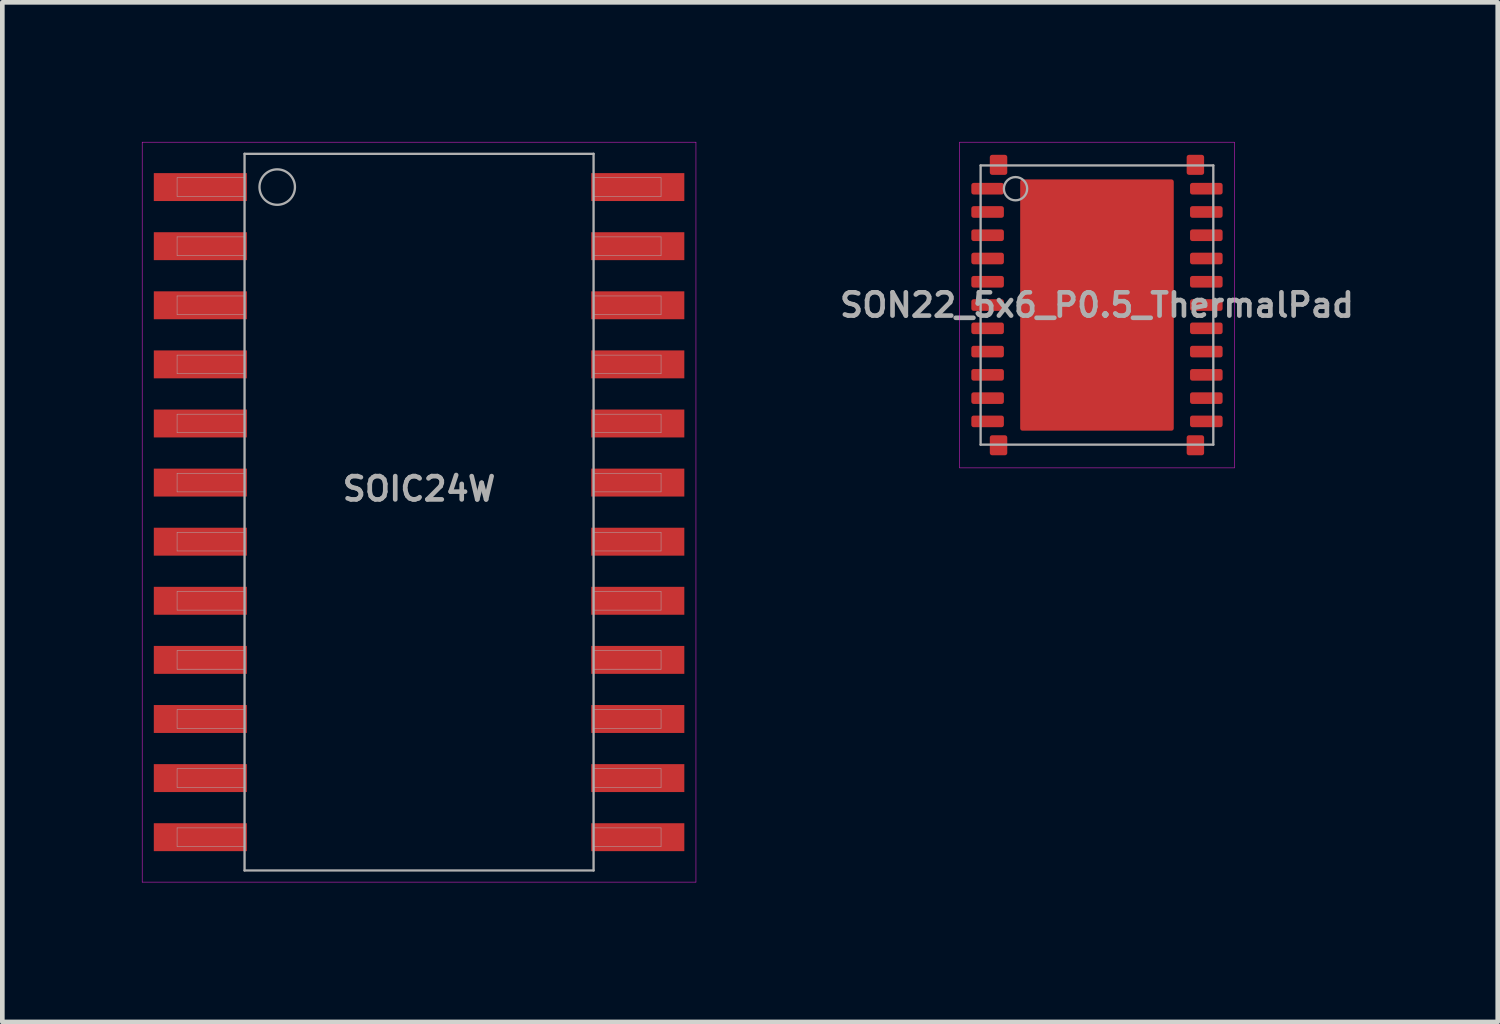
<source format=kicad_pcb>
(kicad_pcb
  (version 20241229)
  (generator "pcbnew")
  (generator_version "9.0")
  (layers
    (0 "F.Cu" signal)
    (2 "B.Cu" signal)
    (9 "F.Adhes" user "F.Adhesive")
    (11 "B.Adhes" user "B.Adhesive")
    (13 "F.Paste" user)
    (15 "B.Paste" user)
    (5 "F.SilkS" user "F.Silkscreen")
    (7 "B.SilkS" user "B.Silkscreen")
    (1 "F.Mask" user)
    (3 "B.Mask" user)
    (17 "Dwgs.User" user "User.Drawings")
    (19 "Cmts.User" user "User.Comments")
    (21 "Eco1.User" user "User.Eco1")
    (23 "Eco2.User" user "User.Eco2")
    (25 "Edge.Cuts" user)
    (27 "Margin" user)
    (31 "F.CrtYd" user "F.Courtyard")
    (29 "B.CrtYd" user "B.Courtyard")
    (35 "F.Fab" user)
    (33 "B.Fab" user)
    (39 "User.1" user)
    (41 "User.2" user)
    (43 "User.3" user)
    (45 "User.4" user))
  (footprint "SOIC24W"
    (layer "F.Cu")
    (at 5.955 7.955)
    (property "Reference" "SOIC24W" (at 0 -0.5 0) (layer "F.Fab") (effects (font (size 0.5 0.5) (thickness 0.1))))
    (attr smd)
    (fp_line (start -5.95 -7.95) (end -5.95 7.95) (stroke (width 0.01) (type solid)) (layer "F.CrtYd"))
    (fp_line (start -5.95 -7.95) (end 5.95 -7.95) (stroke (width 0.01) (type solid)) (layer "F.CrtYd"))
    (fp_line (start -5.95 7.95) (end 5.95 7.95) (stroke (width 0.01) (type solid)) (layer "F.CrtYd"))
    (fp_line (start 5.95 -7.95) (end 5.95 7.95) (stroke (width 0.01) (type solid)) (layer "F.CrtYd"))
    (fp_line (start -5.2 -7.185) (end -5.2 -6.785) (stroke (width 0.01) (type solid)) (layer "F.Fab"))
    (fp_line (start -5.2 -7.185) (end -3.75 -7.185) (stroke (width 0.01) (type solid)) (layer "F.Fab"))
    (fp_line (start -5.2 -6.785) (end -3.75 -6.785) (stroke (width 0.01) (type solid)) (layer "F.Fab"))
    (fp_line (start -5.2 -5.915) (end -5.2 -5.515) (stroke (width 0.01) (type solid)) (layer "F.Fab"))
    (fp_line (start -5.2 -5.915) (end -3.75 -5.915) (stroke (width 0.01) (type solid)) (layer "F.Fab"))
    (fp_line (start -5.2 -5.515) (end -3.75 -5.515) (stroke (width 0.01) (type solid)) (layer "F.Fab"))
    (fp_line (start -5.2 -4.645) (end -5.2 -4.245) (stroke (width 0.01) (type solid)) (layer "F.Fab"))
    (fp_line (start -5.2 -4.645) (end -3.75 -4.645) (stroke (width 0.01) (type solid)) (layer "F.Fab"))
    (fp_line (start -5.2 -4.245) (end -3.75 -4.245) (stroke (width 0.01) (type solid)) (layer "F.Fab"))
    (fp_line (start -5.2 -3.375) (end -5.2 -2.975) (stroke (width 0.01) (type solid)) (layer "F.Fab"))
    (fp_line (start -5.2 -3.375) (end -3.75 -3.375) (stroke (width 0.01) (type solid)) (layer "F.Fab"))
    (fp_line (start -5.2 -2.975) (end -3.75 -2.975) (stroke (width 0.01) (type solid)) (layer "F.Fab"))
    (fp_line (start -5.2 -2.105) (end -5.2 -1.705) (stroke (width 0.01) (type solid)) (layer "F.Fab"))
    (fp_line (start -5.2 -2.105) (end -3.75 -2.105) (stroke (width 0.01) (type solid)) (layer "F.Fab"))
    (fp_line (start -5.2 -1.705) (end -3.75 -1.705) (stroke (width 0.01) (type solid)) (layer "F.Fab"))
    (fp_line (start -5.2 -0.835) (end -5.2 -0.435) (stroke (width 0.01) (type solid)) (layer "F.Fab"))
    (fp_line (start -5.2 -0.835) (end -3.75 -0.835) (stroke (width 0.01) (type solid)) (layer "F.Fab"))
    (fp_line (start -5.2 -0.435) (end -3.75 -0.435) (stroke (width 0.01) (type solid)) (layer "F.Fab"))
    (fp_line (start -5.2 0.435) (end -5.2 0.835) (stroke (width 0.01) (type solid)) (layer "F.Fab"))
    (fp_line (start -5.2 0.435) (end -3.75 0.435) (stroke (width 0.01) (type solid)) (layer "F.Fab"))
    (fp_line (start -5.2 0.835) (end -3.75 0.835) (stroke (width 0.01) (type solid)) (layer "F.Fab"))
    (fp_line (start -5.2 1.705) (end -5.2 2.105) (stroke (width 0.01) (type solid)) (layer "F.Fab"))
    (fp_line (start -5.2 1.705) (end -3.75 1.705) (stroke (width 0.01) (type solid)) (layer "F.Fab"))
    (fp_line (start -5.2 2.105) (end -3.75 2.105) (stroke (width 0.01) (type solid)) (layer "F.Fab"))
    (fp_line (start -5.2 2.975) (end -5.2 3.375) (stroke (width 0.01) (type solid)) (layer "F.Fab"))
    (fp_line (start -5.2 2.975) (end -3.75 2.975) (stroke (width 0.01) (type solid)) (layer "F.Fab"))
    (fp_line (start -5.2 3.375) (end -3.75 3.375) (stroke (width 0.01) (type solid)) (layer "F.Fab"))
    (fp_line (start -5.2 4.245) (end -5.2 4.645) (stroke (width 0.01) (type solid)) (layer "F.Fab"))
    (fp_line (start -5.2 4.245) (end -3.75 4.245) (stroke (width 0.01) (type solid)) (layer "F.Fab"))
    (fp_line (start -5.2 4.645) (end -3.75 4.645) (stroke (width 0.01) (type solid)) (layer "F.Fab"))
    (fp_line (start -5.2 5.515) (end -5.2 5.915) (stroke (width 0.01) (type solid)) (layer "F.Fab"))
    (fp_line (start -5.2 5.515) (end -3.75 5.515) (stroke (width 0.01) (type solid)) (layer "F.Fab"))
    (fp_line (start -5.2 5.915) (end -3.75 5.915) (stroke (width 0.01) (type solid)) (layer "F.Fab"))
    (fp_line (start -5.2 6.785) (end -5.2 7.185) (stroke (width 0.01) (type solid)) (layer "F.Fab"))
    (fp_line (start -5.2 6.785) (end -3.75 6.785) (stroke (width 0.01) (type solid)) (layer "F.Fab"))
    (fp_line (start -5.2 7.185) (end -3.75 7.185) (stroke (width 0.01) (type solid)) (layer "F.Fab"))
    (fp_line (start -3.75 -7.7) (end 3.75 -7.7) (stroke (width 0.05) (type solid)) (layer "F.Fab"))
    (fp_line (start -3.75 7.7) (end -3.75 -7.7) (stroke (width 0.05) (type solid)) (layer "F.Fab"))
    (fp_line (start 3.75 -7.7) (end 3.75 7.7) (stroke (width 0.05) (type solid)) (layer "F.Fab"))
    (fp_line (start 3.75 7.7) (end -3.75 7.7) (stroke (width 0.05) (type solid)) (layer "F.Fab"))
    (fp_line (start 5.2 -7.185) (end 3.75 -7.185) (stroke (width 0.01) (type solid)) (layer "F.Fab"))
    (fp_line (start 5.2 -6.785) (end 3.75 -6.785) (stroke (width 0.01) (type solid)) (layer "F.Fab"))
    (fp_line (start 5.2 -6.785) (end 5.2 -7.185) (stroke (width 0.01) (type solid)) (layer "F.Fab"))
    (fp_line (start 5.2 -5.915) (end 3.75 -5.915) (stroke (width 0.01) (type solid)) (layer "F.Fab"))
    (fp_line (start 5.2 -5.515) (end 3.75 -5.515) (stroke (width 0.01) (type solid)) (layer "F.Fab"))
    (fp_line (start 5.2 -5.515) (end 5.2 -5.915) (stroke (width 0.01) (type solid)) (layer "F.Fab"))
    (fp_line (start 5.2 -4.645) (end 3.75 -4.645) (stroke (width 0.01) (type solid)) (layer "F.Fab"))
    (fp_line (start 5.2 -4.245) (end 3.75 -4.245) (stroke (width 0.01) (type solid)) (layer "F.Fab"))
    (fp_line (start 5.2 -4.245) (end 5.2 -4.645) (stroke (width 0.01) (type solid)) (layer "F.Fab"))
    (fp_line (start 5.2 -3.375) (end 3.75 -3.375) (stroke (width 0.01) (type solid)) (layer "F.Fab"))
    (fp_line (start 5.2 -2.975) (end 3.75 -2.975) (stroke (width 0.01) (type solid)) (layer "F.Fab"))
    (fp_line (start 5.2 -2.975) (end 5.2 -3.375) (stroke (width 0.01) (type solid)) (layer "F.Fab"))
    (fp_line (start 5.2 -2.105) (end 3.75 -2.105) (stroke (width 0.01) (type solid)) (layer "F.Fab"))
    (fp_line (start 5.2 -1.705) (end 3.75 -1.705) (stroke (width 0.01) (type solid)) (layer "F.Fab"))
    (fp_line (start 5.2 -1.705) (end 5.2 -2.105) (stroke (width 0.01) (type solid)) (layer "F.Fab"))
    (fp_line (start 5.2 -0.835) (end 3.75 -0.835) (stroke (width 0.01) (type solid)) (layer "F.Fab"))
    (fp_line (start 5.2 -0.435) (end 3.75 -0.435) (stroke (width 0.01) (type solid)) (layer "F.Fab"))
    (fp_line (start 5.2 -0.435) (end 5.2 -0.835) (stroke (width 0.01) (type solid)) (layer "F.Fab"))
    (fp_line (start 5.2 0.435) (end 3.75 0.435) (stroke (width 0.01) (type solid)) (layer "F.Fab"))
    (fp_line (start 5.2 0.835) (end 3.75 0.835) (stroke (width 0.01) (type solid)) (layer "F.Fab"))
    (fp_line (start 5.2 0.835) (end 5.2 0.435) (stroke (width 0.01) (type solid)) (layer "F.Fab"))
    (fp_line (start 5.2 1.705) (end 3.75 1.705) (stroke (width 0.01) (type solid)) (layer "F.Fab"))
    (fp_line (start 5.2 2.105) (end 3.75 2.105) (stroke (width 0.01) (type solid)) (layer "F.Fab"))
    (fp_line (start 5.2 2.105) (end 5.2 1.705) (stroke (width 0.01) (type solid)) (layer "F.Fab"))
    (fp_line (start 5.2 2.975) (end 3.75 2.975) (stroke (width 0.01) (type solid)) (layer "F.Fab"))
    (fp_line (start 5.2 3.375) (end 3.75 3.375) (stroke (width 0.01) (type solid)) (layer "F.Fab"))
    (fp_line (start 5.2 3.375) (end 5.2 2.975) (stroke (width 0.01) (type solid)) (layer "F.Fab"))
    (fp_line (start 5.2 4.245) (end 3.75 4.245) (stroke (width 0.01) (type solid)) (layer "F.Fab"))
    (fp_line (start 5.2 4.645) (end 3.75 4.645) (stroke (width 0.01) (type solid)) (layer "F.Fab"))
    (fp_line (start 5.2 4.645) (end 5.2 4.245) (stroke (width 0.01) (type solid)) (layer "F.Fab"))
    (fp_line (start 5.2 5.515) (end 3.75 5.515) (stroke (width 0.01) (type solid)) (layer "F.Fab"))
    (fp_line (start 5.2 5.915) (end 3.75 5.915) (stroke (width 0.01) (type solid)) (layer "F.Fab"))
    (fp_line (start 5.2 5.915) (end 5.2 5.515) (stroke (width 0.01) (type solid)) (layer "F.Fab"))
    (fp_line (start 5.2 6.785) (end 3.75 6.785) (stroke (width 0.01) (type solid)) (layer "F.Fab"))
    (fp_line (start 5.2 7.185) (end 3.75 7.185) (stroke (width 0.01) (type solid)) (layer "F.Fab"))
    (fp_line (start 5.2 7.185) (end 5.2 6.785) (stroke (width 0.01) (type solid)) (layer "F.Fab"))
    (fp_circle (center -3.048 -6.985) (end -2.667 -6.985) (stroke (width 0.05) (type solid)) (fill no) (layer "F.Fab"))
    (pad "1" smd rect (at -4.7 -6.985) (size 2 0.6) (layers "F.Cu" "F.Mask" "F.Paste"))
    (pad "2" smd rect (at -4.7 -5.715) (size 2 0.6) (layers "F.Cu" "F.Mask" "F.Paste"))
    (pad "3" smd rect (at -4.7 -4.445) (size 2 0.6) (layers "F.Cu" "F.Mask" "F.Paste"))
    (pad "4" smd rect (at -4.7 -3.175) (size 2 0.6) (layers "F.Cu" "F.Mask" "F.Paste"))
    (pad "5" smd rect (at -4.7 -1.905) (size 2 0.6) (layers "F.Cu" "F.Mask" "F.Paste"))
    (pad "6" smd rect (at -4.7 -0.635) (size 2 0.6) (layers "F.Cu" "F.Mask" "F.Paste"))
    (pad "7" smd rect (at -4.7 0.635) (size 2 0.6) (layers "F.Cu" "F.Mask" "F.Paste"))
    (pad "8" smd rect (at -4.7 1.905) (size 2 0.6) (layers "F.Cu" "F.Mask" "F.Paste"))
    (pad "9" smd rect (at -4.7 3.175) (size 2 0.6) (layers "F.Cu" "F.Mask" "F.Paste"))
    (pad "10" smd rect (at -4.7 4.445) (size 2 0.6) (layers "F.Cu" "F.Mask" "F.Paste"))
    (pad "11" smd rect (at -4.7 5.715) (size 2 0.6) (layers "F.Cu" "F.Mask" "F.Paste"))
    (pad "12" smd rect (at -4.7 6.985) (size 2 0.6) (layers "F.Cu" "F.Mask" "F.Paste"))
    (pad "13" smd rect (at 4.7 6.985) (size 2 0.6) (layers "F.Cu" "F.Mask" "F.Paste"))
    (pad "14" smd rect (at 4.7 5.715) (size 2 0.6) (layers "F.Cu" "F.Mask" "F.Paste"))
    (pad "15" smd rect (at 4.7 4.445) (size 2 0.6) (layers "F.Cu" "F.Mask" "F.Paste"))
    (pad "16" smd rect (at 4.7 3.175) (size 2 0.6) (layers "F.Cu" "F.Mask" "F.Paste"))
    (pad "17" smd rect (at 4.7 1.905) (size 2 0.6) (layers "F.Cu" "F.Mask" "F.Paste"))
    (pad "18" smd rect (at 4.7 0.635) (size 2 0.6) (layers "F.Cu" "F.Mask" "F.Paste"))
    (pad "19" smd rect (at 4.7 -0.635) (size 2 0.6) (layers "F.Cu" "F.Mask" "F.Paste"))
    (pad "20" smd rect (at 4.7 -1.905) (size 2 0.6) (layers "F.Cu" "F.Mask" "F.Paste"))
    (pad "21" smd rect (at 4.7 -3.175) (size 2 0.6) (layers "F.Cu" "F.Mask" "F.Paste"))
    (pad "22" smd rect (at 4.7 -4.445) (size 2 0.6) (layers "F.Cu" "F.Mask" "F.Paste"))
    (pad "23" smd rect (at 4.7 -5.715) (size 2 0.6) (layers "F.Cu" "F.Mask" "F.Paste"))
    (pad "24" smd rect (at 4.7 -6.985) (size 2 0.6) (layers "F.Cu" "F.Mask" "F.Paste")))
  (footprint "SON22_5x6_P0.5_ThermalPad"
    (layer "F.Cu")
    (at 20.522 3.505)
    (property "Reference" "SON22_5x6_P0.5_ThermalPad" (at 0 0 0) (layer "F.Fab") (effects (font (size 0.5 0.5) (thickness 0.1))))
    (attr smd)
    (fp_line (start -2.95 -3.5) (end 2.95 -3.5) (stroke (width 0.01) (type solid)) (layer "F.CrtYd"))
    (fp_line (start -2.95 3.5) (end -2.95 -3.5) (stroke (width 0.01) (type solid)) (layer "F.CrtYd"))
    (fp_line (start 2.95 -3.5) (end 2.95 3.5) (stroke (width 0.01) (type solid)) (layer "F.CrtYd"))
    (fp_line (start 2.95 3.5) (end -2.95 3.5) (stroke (width 0.01) (type solid)) (layer "F.CrtYd"))
    (fp_line (start -2.5 -3) (end -2.5 3) (stroke (width 0.05) (type solid)) (layer "F.Fab"))
    (fp_line (start -2.5 3) (end 2.5 3) (stroke (width 0.05) (type solid)) (layer "F.Fab"))
    (fp_line (start 2.5 -3) (end -2.5 -3) (stroke (width 0.05) (type solid)) (layer "F.Fab"))
    (fp_line (start 2.5 3) (end 2.5 -3) (stroke (width 0.05) (type solid)) (layer "F.Fab"))
    (fp_circle (center -1.75 -2.5) (end -1.5 -2.5) (stroke (width 0.05) (type solid)) (fill no) (layer "F.Fab"))
    (pad "" smd roundrect (at -0.8 -1.95) (size 1.4 1.1) (layers "F.Paste") (roundrect_rratio 0.045))
    (pad "" smd roundrect (at -0.8 -0.65) (size 1.4 1.1) (layers "F.Paste") (roundrect_rratio 0.045))
    (pad "" smd roundrect (at -0.8 0.65) (size 1.4 1.1) (layers "F.Paste") (roundrect_rratio 0.045))
    (pad "" smd roundrect (at -0.8 1.95) (size 1.4 1.1) (layers "F.Paste") (roundrect_rratio 0.045))
    (pad "" smd roundrect (at 0.8 -1.95) (size 1.4 1.1) (layers "F.Paste") (roundrect_rratio 0.045))
    (pad "" smd roundrect (at 0.8 -0.65) (size 1.4 1.1) (layers "F.Paste") (roundrect_rratio 0.045))
    (pad "" smd roundrect (at 0.8 0.65) (size 1.4 1.1) (layers "F.Paste") (roundrect_rratio 0.045))
    (pad "" smd roundrect (at 0.8 1.95) (size 1.4 1.1) (layers "F.Paste") (roundrect_rratio 0.045))
    (pad "1" smd roundrect (at -2.35 -2.5 270) (size 0.25 0.7) (layers "F.Cu" "F.Mask" "F.Paste") (roundrect_rratio 0.2))
    (pad "2" smd roundrect (at -2.35 -2 270) (size 0.25 0.7) (layers "F.Cu" "F.Mask" "F.Paste") (roundrect_rratio 0.2))
    (pad "3" smd roundrect (at -2.35 -1.5 270) (size 0.25 0.7) (layers "F.Cu" "F.Mask" "F.Paste") (roundrect_rratio 0.2))
    (pad "4" smd roundrect (at -2.35 -1 270) (size 0.25 0.7) (layers "F.Cu" "F.Mask" "F.Paste") (roundrect_rratio 0.2))
    (pad "5" smd roundrect (at -2.35 -0.5 270) (size 0.25 0.7) (layers "F.Cu" "F.Mask" "F.Paste") (roundrect_rratio 0.2))
    (pad "6" smd roundrect (at -2.35 0 270) (size 0.25 0.7) (layers "F.Cu" "F.Mask" "F.Paste") (roundrect_rratio 0.2))
    (pad "7" smd roundrect (at -2.35 0.5 270) (size 0.25 0.7) (layers "F.Cu" "F.Mask" "F.Paste") (roundrect_rratio 0.2))
    (pad "8" smd roundrect (at -2.35 1 270) (size 0.25 0.7) (layers "F.Cu" "F.Mask" "F.Paste") (roundrect_rratio 0.2))
    (pad "9" smd roundrect (at -2.35 1.5 270) (size 0.25 0.7) (layers "F.Cu" "F.Mask" "F.Paste") (roundrect_rratio 0.2))
    (pad "10" smd roundrect (at -2.35 2 270) (size 0.25 0.7) (layers "F.Cu" "F.Mask" "F.Paste") (roundrect_rratio 0.2))
    (pad "11" smd roundrect (at -2.35 2.5 270) (size 0.25 0.7) (layers "F.Cu" "F.Mask" "F.Paste") (roundrect_rratio 0.2))
    (pad "12" smd roundrect (at 2.35 2.5 270) (size 0.25 0.7) (layers "F.Cu" "F.Mask" "F.Paste") (roundrect_rratio 0.2))
    (pad "13" smd roundrect (at 2.35 2 270) (size 0.25 0.7) (layers "F.Cu" "F.Mask" "F.Paste") (roundrect_rratio 0.2))
    (pad "14" smd roundrect (at 2.35 1.5 270) (size 0.25 0.7) (layers "F.Cu" "F.Mask" "F.Paste") (roundrect_rratio 0.2))
    (pad "15" smd roundrect (at 2.35 1 270) (size 0.25 0.7) (layers "F.Cu" "F.Mask" "F.Paste") (roundrect_rratio 0.2))
    (pad "16" smd roundrect (at 2.35 0.5 270) (size 0.25 0.7) (layers "F.Cu" "F.Mask" "F.Paste") (roundrect_rratio 0.2))
    (pad "17" smd roundrect (at 2.35 0 270) (size 0.25 0.7) (layers "F.Cu" "F.Mask" "F.Paste") (roundrect_rratio 0.2))
    (pad "18" smd roundrect (at 2.35 -0.5 270) (size 0.25 0.7) (layers "F.Cu" "F.Mask" "F.Paste") (roundrect_rratio 0.2))
    (pad "19" smd roundrect (at 2.35 -1 270) (size 0.25 0.7) (layers "F.Cu" "F.Mask" "F.Paste") (roundrect_rratio 0.2))
    (pad "20" smd roundrect (at 2.35 -1.5 270) (size 0.25 0.7) (layers "F.Cu" "F.Mask" "F.Paste") (roundrect_rratio 0.2))
    (pad "21" smd roundrect (at 2.35 -2 270) (size 0.25 0.7) (layers "F.Cu" "F.Mask" "F.Paste") (roundrect_rratio 0.2))
    (pad "22" smd roundrect (at 2.35 -2.5 270) (size 0.25 0.7) (layers "F.Cu" "F.Mask" "F.Paste") (roundrect_rratio 0.2))
    (pad "23" smd roundrect (at -2.115 -3.013 90) (size 0.43 0.375) (layers "F.Cu" "F.Mask" "F.Paste") (roundrect_rratio 0.133))
    (pad "24" smd roundrect (at -2.115 3.013 90) (size 0.43 0.375) (layers "F.Cu" "F.Mask" "F.Paste") (roundrect_rratio 0.133))
    (pad "25" smd roundrect (at 2.115 3.013 90) (size 0.43 0.375) (layers "F.Cu" "F.Mask" "F.Paste") (roundrect_rratio 0.133))
    (pad "26" smd roundrect (at 2.115 -3.013 90) (size 0.43 0.375) (layers "F.Cu" "F.Mask" "F.Paste") (roundrect_rratio 0.133))
    (pad "27" smd roundrect (at 0 0) (size 3.3 5.4) (layers "F.Cu" "F.Mask") (roundrect_rratio 0.015)))
  (gr_rect
    (start -3 -3)
    (end 29.134 18.91)
    (stroke (width 0.1) (type default))
    (fill no)
    (layer "Edge.Cuts")))
</source>
